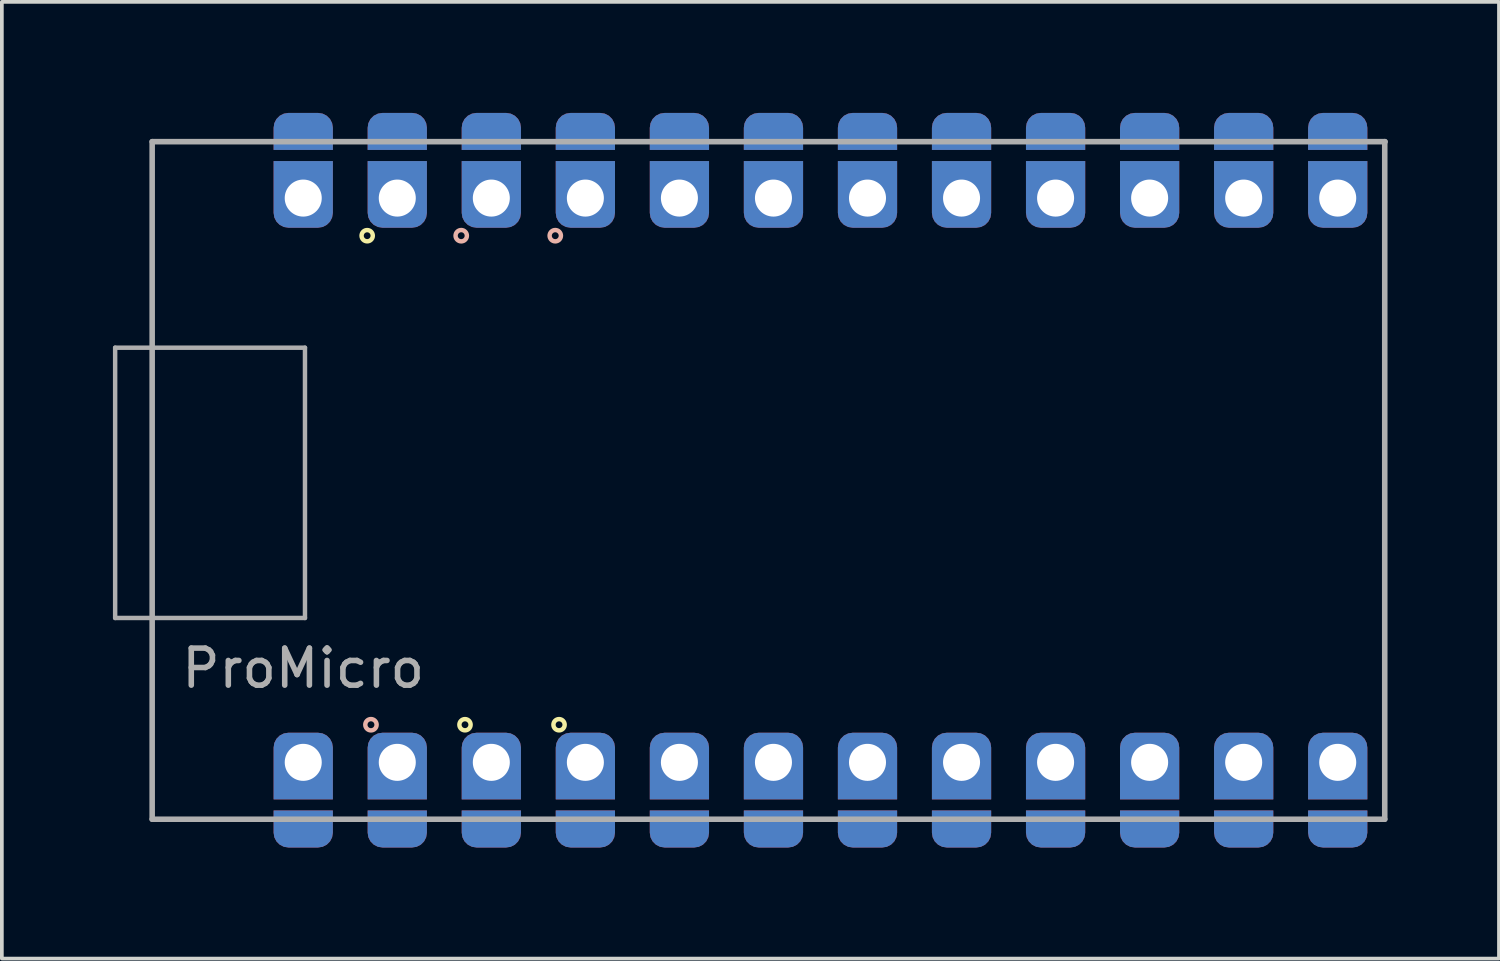
<source format=kicad_pcb>
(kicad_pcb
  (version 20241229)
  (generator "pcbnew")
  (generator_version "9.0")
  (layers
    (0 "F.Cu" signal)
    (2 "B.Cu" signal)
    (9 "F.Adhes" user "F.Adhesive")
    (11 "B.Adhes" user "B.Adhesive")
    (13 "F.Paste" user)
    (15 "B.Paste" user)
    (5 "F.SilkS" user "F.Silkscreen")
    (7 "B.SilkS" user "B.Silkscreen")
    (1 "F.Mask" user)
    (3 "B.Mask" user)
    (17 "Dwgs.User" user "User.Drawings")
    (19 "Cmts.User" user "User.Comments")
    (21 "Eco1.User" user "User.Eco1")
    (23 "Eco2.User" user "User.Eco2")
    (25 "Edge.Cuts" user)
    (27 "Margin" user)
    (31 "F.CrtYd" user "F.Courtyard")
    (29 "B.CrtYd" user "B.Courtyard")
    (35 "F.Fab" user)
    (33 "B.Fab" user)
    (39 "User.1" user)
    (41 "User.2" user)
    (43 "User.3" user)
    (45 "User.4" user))
  (footprint "ProMicro"
    (layer "F.Cu")
    (at 19.11 9.92)
    (property "Reference" "ProMicro" (at -13.97 5.08 0) (layer "F.Fab") (effects (font (size 1 1) (thickness 0.15))))
    (attr through_hole)
    (fp_circle (center -12.243 -6.604) (end -12.243 -6.452) (stroke (width 0.12) (type solid)) (fill no) (layer "F.SilkS"))
    (fp_circle (center -9.601 6.604) (end -9.601 6.452) (stroke (width 0.12) (type solid)) (fill no) (layer "F.SilkS"))
    (fp_circle (center -7.061 6.604) (end -7.061 6.452) (stroke (width 0.12) (type solid)) (fill no) (layer "F.SilkS"))
    (fp_circle (center -12.141 6.604) (end -12.294 6.604) (stroke (width 0.12) (type solid)) (fill no) (layer "B.SilkS"))
    (fp_circle (center -9.703 -6.604) (end -9.55 -6.604) (stroke (width 0.12) (type solid)) (fill no) (layer "B.SilkS"))
    (fp_circle (center -7.163 -6.604) (end -7.01 -6.604) (stroke (width 0.12) (type solid)) (fill no) (layer "B.SilkS"))
    (fp_line (start -19.05 -3.579) (end -19.05 3.721) (stroke (width 0.12) (type solid)) (layer "F.Fab"))
    (fp_line (start -19.05 -3.579) (end -13.923 -3.579) (stroke (width 0.12) (type solid)) (layer "F.Fab"))
    (fp_line (start -19.05 3.721) (end -13.923 3.721) (stroke (width 0.12) (type solid)) (layer "F.Fab"))
    (fp_line (start -18.05 -9.144) (end -18.05 9.156) (stroke (width 0.15) (type solid)) (layer "F.Fab"))
    (fp_line (start -18.05 -9.144) (end 15.25 -9.144) (stroke (width 0.15) (type solid)) (layer "F.Fab"))
    (fp_line (start -13.923 -3.579) (end -13.923 3.721) (stroke (width 0.12) (type solid)) (layer "F.Fab"))
    (fp_line (start 15.24 9.156) (end -18.05 9.156) (stroke (width 0.15) (type solid)) (layer "F.Fab"))
    (fp_line (start 15.24 9.156) (end 15.24 -9.144) (stroke (width 0.15) (type solid)) (layer "F.Fab"))
    (pad "" thru_hole roundrect (at -13.97 -7.62) (size 1.6 1.8) (drill 1 (offset 0 -0.1)) (layers "*.Cu" "*.Mask") (roundrect_rratio 0.25) (chamfer_ratio 0) (chamfer top_left top_right))
    (pad "" thru_hole roundrect (at -13.97 7.62) (size 1.6 1.8) (drill 1 (offset 0 0.1)) (layers "*.Cu" "*.Mask") (roundrect_rratio 0.25) (chamfer_ratio 0) (chamfer bottom_left bottom_right))
    (pad "" thru_hole roundrect (at -11.43 -7.62) (size 1.6 1.8) (drill 1 (offset 0 -0.1)) (layers "*.Cu" "*.Mask") (roundrect_rratio 0.25) (chamfer_ratio 0) (chamfer top_left top_right))
    (pad "" thru_hole roundrect (at -11.43 7.62) (size 1.6 1.8) (drill 1 (offset 0 0.1)) (layers "*.Cu" "*.Mask") (roundrect_rratio 0.25) (chamfer_ratio 0) (chamfer bottom_left bottom_right))
    (pad "" thru_hole roundrect (at -8.89 -7.62) (size 1.6 1.8) (drill 1 (offset 0 -0.1)) (layers "*.Cu" "*.Mask") (roundrect_rratio 0.25) (chamfer_ratio 0) (chamfer top_left top_right))
    (pad "" thru_hole roundrect (at -8.89 7.62) (size 1.6 1.8) (drill 1 (offset 0 0.1)) (layers "*.Cu" "*.Mask") (roundrect_rratio 0.25) (chamfer_ratio 0) (chamfer bottom_left bottom_right))
    (pad "" thru_hole roundrect (at -6.35 -7.62) (size 1.6 1.8) (drill 1 (offset 0 -0.1)) (layers "*.Cu" "*.Mask") (roundrect_rratio 0.25) (chamfer_ratio 0) (chamfer top_left top_right))
    (pad "" thru_hole roundrect (at -6.35 7.62) (size 1.6 1.8) (drill 1 (offset 0 0.1)) (layers "*.Cu" "*.Mask") (roundrect_rratio 0.25) (chamfer_ratio 0) (chamfer bottom_left bottom_right))
    (pad "" thru_hole roundrect (at -3.81 -7.62) (size 1.6 1.8) (drill 1 (offset 0 -0.1)) (layers "*.Cu" "*.Mask") (roundrect_rratio 0.25) (chamfer_ratio 0) (chamfer top_left top_right))
    (pad "" thru_hole roundrect (at -3.81 7.62) (size 1.6 1.8) (drill 1 (offset 0 0.1)) (layers "*.Cu" "*.Mask") (roundrect_rratio 0.25) (chamfer_ratio 0) (chamfer bottom_left bottom_right))
    (pad "" thru_hole roundrect (at -1.27 -7.62) (size 1.6 1.8) (drill 1 (offset 0 -0.1)) (layers "*.Cu" "*.Mask") (roundrect_rratio 0.25) (chamfer_ratio 0) (chamfer top_left top_right))
    (pad "" thru_hole roundrect (at -1.27 7.62) (size 1.6 1.8) (drill 1 (offset 0 0.1)) (layers "*.Cu" "*.Mask") (roundrect_rratio 0.25) (chamfer_ratio 0) (chamfer bottom_left bottom_right))
    (pad "" thru_hole roundrect (at 1.27 -7.62) (size 1.6 1.8) (drill 1 (offset 0 -0.1)) (layers "*.Cu" "*.Mask") (roundrect_rratio 0.25) (chamfer_ratio 0) (chamfer top_left top_right))
    (pad "" thru_hole roundrect (at 1.27 7.62) (size 1.6 1.8) (drill 1 (offset 0 0.1)) (layers "*.Cu" "*.Mask") (roundrect_rratio 0.25) (chamfer_ratio 0) (chamfer bottom_left bottom_right))
    (pad "" thru_hole roundrect (at 3.81 -7.62) (size 1.6 1.8) (drill 1 (offset 0 -0.1)) (layers "*.Cu" "*.Mask") (roundrect_rratio 0.25) (chamfer_ratio 0) (chamfer top_left top_right))
    (pad "" thru_hole roundrect (at 3.81 7.62) (size 1.6 1.8) (drill 1 (offset 0 0.1)) (layers "*.Cu" "*.Mask") (roundrect_rratio 0.25) (chamfer_ratio 0) (chamfer bottom_left bottom_right))
    (pad "" thru_hole roundrect (at 6.35 -7.62) (size 1.6 1.8) (drill 1 (offset 0 -0.1)) (layers "*.Cu" "*.Mask") (roundrect_rratio 0.25) (chamfer_ratio 0) (chamfer top_left top_right))
    (pad "" thru_hole roundrect (at 6.35 7.62) (size 1.6 1.8) (drill 1 (offset 0 0.1)) (layers "*.Cu" "*.Mask") (roundrect_rratio 0.25) (chamfer_ratio 0) (chamfer bottom_left bottom_right))
    (pad "" thru_hole roundrect (at 8.89 -7.62) (size 1.6 1.8) (drill 1 (offset 0 -0.1)) (layers "*.Cu" "*.Mask") (roundrect_rratio 0.25) (chamfer_ratio 0) (chamfer top_left top_right))
    (pad "" thru_hole roundrect (at 8.89 7.62) (size 1.6 1.8) (drill 1 (offset 0 0.1)) (layers "*.Cu" "*.Mask") (roundrect_rratio 0.25) (chamfer_ratio 0) (chamfer bottom_left bottom_right))
    (pad "" thru_hole roundrect (at 11.43 -7.62) (size 1.6 1.8) (drill 1 (offset 0 -0.1)) (layers "*.Cu" "*.Mask") (roundrect_rratio 0.25) (chamfer_ratio 0) (chamfer top_left top_right))
    (pad "" thru_hole roundrect (at 11.43 7.62) (size 1.6 1.8) (drill 1 (offset 0 0.1)) (layers "*.Cu" "*.Mask") (roundrect_rratio 0.25) (chamfer_ratio 0) (chamfer bottom_left bottom_right))
    (pad "" thru_hole roundrect (at 13.97 -7.62) (size 1.6 1.8) (drill 1 (offset 0 -0.1)) (layers "*.Cu" "*.Mask") (roundrect_rratio 0.25) (chamfer_ratio 0) (chamfer top_left top_right))
    (pad "" thru_hole roundrect (at 13.97 7.62) (size 1.6 1.8) (drill 1 (offset 0 0.1)) (layers "*.Cu" "*.Mask") (roundrect_rratio 0.25) (chamfer_ratio 0) (chamfer bottom_left bottom_right))
    (pad "1" smd roundrect (at -13.97 -9.42 180) (size 1.6 1) (layers "B.Cu" "B.Mask" "B.Paste") (roundrect_rratio 0.4) (chamfer_ratio 0) (chamfer top_left top_right))
    (pad "1" smd roundrect (at -13.97 9.42) (size 1.6 1) (layers "F.Cu" "F.Mask" "F.Paste") (roundrect_rratio 0.4) (chamfer_ratio 0) (chamfer top_left top_right))
    (pad "2" smd roundrect (at -11.43 -9.42 180) (size 1.6 1) (layers "B.Cu" "B.Mask" "B.Paste") (roundrect_rratio 0.4) (chamfer_ratio 0) (chamfer top_left top_right))
    (pad "2" smd roundrect (at -11.43 9.42) (size 1.6 1) (layers "F.Cu" "F.Mask" "F.Paste") (roundrect_rratio 0.4) (chamfer_ratio 0) (chamfer top_left top_right))
    (pad "3" smd roundrect (at -8.89 -9.42 180) (size 1.6 1) (layers "B.Cu" "B.Mask" "B.Paste") (roundrect_rratio 0.4) (chamfer_ratio 0) (chamfer top_left top_right))
    (pad "3" smd roundrect (at -8.89 9.42) (size 1.6 1) (layers "F.Cu" "F.Mask" "F.Paste") (roundrect_rratio 0.4) (chamfer_ratio 0) (chamfer top_left top_right))
    (pad "4" smd roundrect (at -6.35 -9.42 180) (size 1.6 1) (layers "B.Cu" "B.Mask" "B.Paste") (roundrect_rratio 0.4) (chamfer_ratio 0) (chamfer top_left top_right))
    (pad "4" smd roundrect (at -6.35 9.42) (size 1.6 1) (layers "F.Cu" "F.Mask" "F.Paste") (roundrect_rratio 0.4) (chamfer_ratio 0) (chamfer top_left top_right))
    (pad "5" smd roundrect (at -3.81 -9.42 180) (size 1.6 1) (layers "B.Cu" "B.Mask" "B.Paste") (roundrect_rratio 0.4) (chamfer_ratio 0) (chamfer top_left top_right))
    (pad "5" smd roundrect (at -3.81 9.42) (size 1.6 1) (layers "F.Cu" "F.Mask" "F.Paste") (roundrect_rratio 0.4) (chamfer_ratio 0) (chamfer top_left top_right))
    (pad "6" smd roundrect (at -1.27 -9.42 180) (size 1.6 1) (layers "B.Cu" "B.Mask" "B.Paste") (roundrect_rratio 0.4) (chamfer_ratio 0) (chamfer top_left top_right))
    (pad "6" smd roundrect (at -1.27 9.42) (size 1.6 1) (layers "F.Cu" "F.Mask" "F.Paste") (roundrect_rratio 0.4) (chamfer_ratio 0) (chamfer top_left top_right))
    (pad "7" smd roundrect (at 1.27 -9.42 180) (size 1.6 1) (layers "B.Cu" "B.Mask" "B.Paste") (roundrect_rratio 0.4) (chamfer_ratio 0) (chamfer top_left top_right))
    (pad "7" smd roundrect (at 1.27 9.42) (size 1.6 1) (layers "F.Cu" "F.Mask" "F.Paste") (roundrect_rratio 0.4) (chamfer_ratio 0) (chamfer top_left top_right))
    (pad "8" smd roundrect (at 3.81 -9.42 180) (size 1.6 1) (layers "B.Cu" "B.Mask" "B.Paste") (roundrect_rratio 0.4) (chamfer_ratio 0) (chamfer top_left top_right))
    (pad "8" smd roundrect (at 3.81 9.42) (size 1.6 1) (layers "F.Cu" "F.Mask" "F.Paste") (roundrect_rratio 0.4) (chamfer_ratio 0) (chamfer top_left top_right))
    (pad "9" smd roundrect (at 6.35 -9.42 180) (size 1.6 1) (layers "B.Cu" "B.Mask" "B.Paste") (roundrect_rratio 0.4) (chamfer_ratio 0) (chamfer top_left top_right))
    (pad "9" smd roundrect (at 6.35 9.42) (size 1.6 1) (layers "F.Cu" "F.Mask" "F.Paste") (roundrect_rratio 0.4) (chamfer_ratio 0) (chamfer top_left top_right))
    (pad "10" smd roundrect (at 8.89 -9.42 180) (size 1.6 1) (layers "B.Cu" "B.Mask" "B.Paste") (roundrect_rratio 0.4) (chamfer_ratio 0) (chamfer top_left top_right))
    (pad "10" smd roundrect (at 8.89 9.42) (size 1.6 1) (layers "F.Cu" "F.Mask" "F.Paste") (roundrect_rratio 0.4) (chamfer_ratio 0) (chamfer top_left top_right))
    (pad "11" smd roundrect (at 11.43 -9.42 180) (size 1.6 1) (layers "B.Cu" "B.Mask" "B.Paste") (roundrect_rratio 0.4) (chamfer_ratio 0) (chamfer top_left top_right))
    (pad "11" smd roundrect (at 11.43 9.42) (size 1.6 1) (layers "F.Cu" "F.Mask" "F.Paste") (roundrect_rratio 0.4) (chamfer_ratio 0) (chamfer top_left top_right))
    (pad "12" smd roundrect (at 13.97 -9.42 180) (size 1.6 1) (layers "B.Cu" "B.Mask" "B.Paste") (roundrect_rratio 0.4) (chamfer_ratio 0) (chamfer top_left top_right))
    (pad "12" smd roundrect (at 13.97 9.42) (size 1.6 1) (layers "F.Cu" "F.Mask" "F.Paste") (roundrect_rratio 0.4) (chamfer_ratio 0) (chamfer top_left top_right))
    (pad "13" smd roundrect (at 13.97 -9.42) (size 1.6 1) (layers "F.Cu" "F.Mask" "F.Paste") (roundrect_rratio 0.4) (chamfer_ratio 0) (chamfer bottom_left bottom_right))
    (pad "13" smd roundrect (at 13.97 9.42 180) (size 1.6 1) (layers "B.Cu" "B.Mask" "B.Paste") (roundrect_rratio 0.4) (chamfer_ratio 0) (chamfer bottom_left bottom_right))
    (pad "14" smd roundrect (at 11.43 -9.42) (size 1.6 1) (layers "F.Cu" "F.Mask" "F.Paste") (roundrect_rratio 0.4) (chamfer_ratio 0) (chamfer bottom_left bottom_right))
    (pad "14" smd roundrect (at 11.43 9.42 180) (size 1.6 1) (layers "B.Cu" "B.Mask" "B.Paste") (roundrect_rratio 0.4) (chamfer_ratio 0) (chamfer bottom_left bottom_right))
    (pad "15" smd roundrect (at 8.89 -9.42) (size 1.6 1) (layers "F.Cu" "F.Mask" "F.Paste") (roundrect_rratio 0.4) (chamfer_ratio 0) (chamfer bottom_left bottom_right))
    (pad "15" smd roundrect (at 8.89 9.42 180) (size 1.6 1) (layers "B.Cu" "B.Mask" "B.Paste") (roundrect_rratio 0.4) (chamfer_ratio 0) (chamfer bottom_left bottom_right))
    (pad "16" smd roundrect (at 6.35 -9.42) (size 1.6 1) (layers "F.Cu" "F.Mask" "F.Paste") (roundrect_rratio 0.4) (chamfer_ratio 0) (chamfer bottom_left bottom_right))
    (pad "16" smd roundrect (at 6.35 9.42 180) (size 1.6 1) (layers "B.Cu" "B.Mask" "B.Paste") (roundrect_rratio 0.4) (chamfer_ratio 0) (chamfer bottom_left bottom_right))
    (pad "17" smd roundrect (at 3.81 -9.42) (size 1.6 1) (layers "F.Cu" "F.Mask" "F.Paste") (roundrect_rratio 0.4) (chamfer_ratio 0) (chamfer bottom_left bottom_right))
    (pad "17" smd roundrect (at 3.81 9.42 180) (size 1.6 1) (layers "B.Cu" "B.Mask" "B.Paste") (roundrect_rratio 0.4) (chamfer_ratio 0) (chamfer bottom_left bottom_right))
    (pad "18" smd roundrect (at 1.27 -9.42) (size 1.6 1) (layers "F.Cu" "F.Mask" "F.Paste") (roundrect_rratio 0.4) (chamfer_ratio 0) (chamfer bottom_left bottom_right))
    (pad "18" smd roundrect (at 1.27 9.42 180) (size 1.6 1) (layers "B.Cu" "B.Mask" "B.Paste") (roundrect_rratio 0.4) (chamfer_ratio 0) (chamfer bottom_left bottom_right))
    (pad "19" smd roundrect (at -1.27 -9.42) (size 1.6 1) (layers "F.Cu" "F.Mask" "F.Paste") (roundrect_rratio 0.4) (chamfer_ratio 0) (chamfer bottom_left bottom_right))
    (pad "19" smd roundrect (at -1.27 9.42 180) (size 1.6 1) (layers "B.Cu" "B.Mask" "B.Paste") (roundrect_rratio 0.4) (chamfer_ratio 0) (chamfer bottom_left bottom_right))
    (pad "20" smd roundrect (at -3.81 -9.42) (size 1.6 1) (layers "F.Cu" "F.Mask" "F.Paste") (roundrect_rratio 0.4) (chamfer_ratio 0) (chamfer bottom_left bottom_right))
    (pad "20" smd roundrect (at -3.81 9.42 180) (size 1.6 1) (layers "B.Cu" "B.Mask" "B.Paste") (roundrect_rratio 0.4) (chamfer_ratio 0) (chamfer bottom_left bottom_right))
    (pad "21" smd roundrect (at -6.35 -9.42) (size 1.6 1) (layers "F.Cu" "F.Mask" "F.Paste") (roundrect_rratio 0.4) (chamfer_ratio 0) (chamfer bottom_left bottom_right))
    (pad "21" smd roundrect (at -6.35 9.42 180) (size 1.6 1) (layers "B.Cu" "B.Mask" "B.Paste") (roundrect_rratio 0.4) (chamfer_ratio 0) (chamfer bottom_left bottom_right))
    (pad "22" smd roundrect (at -8.89 -9.42) (size 1.6 1) (layers "F.Cu" "F.Mask" "F.Paste") (roundrect_rratio 0.4) (chamfer_ratio 0) (chamfer bottom_left bottom_right))
    (pad "22" smd roundrect (at -8.89 9.42 180) (size 1.6 1) (layers "B.Cu" "B.Mask" "B.Paste") (roundrect_rratio 0.4) (chamfer_ratio 0) (chamfer bottom_left bottom_right))
    (pad "23" smd roundrect (at -11.43 -9.42) (size 1.6 1) (layers "F.Cu" "F.Mask" "F.Paste") (roundrect_rratio 0.4) (chamfer_ratio 0) (chamfer bottom_left bottom_right))
    (pad "23" smd roundrect (at -11.43 9.42 180) (size 1.6 1) (layers "B.Cu" "B.Mask" "B.Paste") (roundrect_rratio 0.4) (chamfer_ratio 0) (chamfer bottom_left bottom_right))
    (pad "24" smd roundrect (at -13.97 -9.42) (size 1.6 1) (layers "F.Cu" "F.Mask" "F.Paste") (roundrect_rratio 0.4) (chamfer_ratio 0) (chamfer bottom_left bottom_right))
    (pad "24" smd roundrect (at -13.97 9.42 180) (size 1.6 1) (layers "B.Cu" "B.Mask" "B.Paste") (roundrect_rratio 0.4) (chamfer_ratio 0) (chamfer bottom_left bottom_right)))
  (gr_rect
    (start -3 -3)
    (end 37.435 22.84)
    (stroke (width 0.1) (type default))
    (fill no)
    (layer "Edge.Cuts")))
</source>
